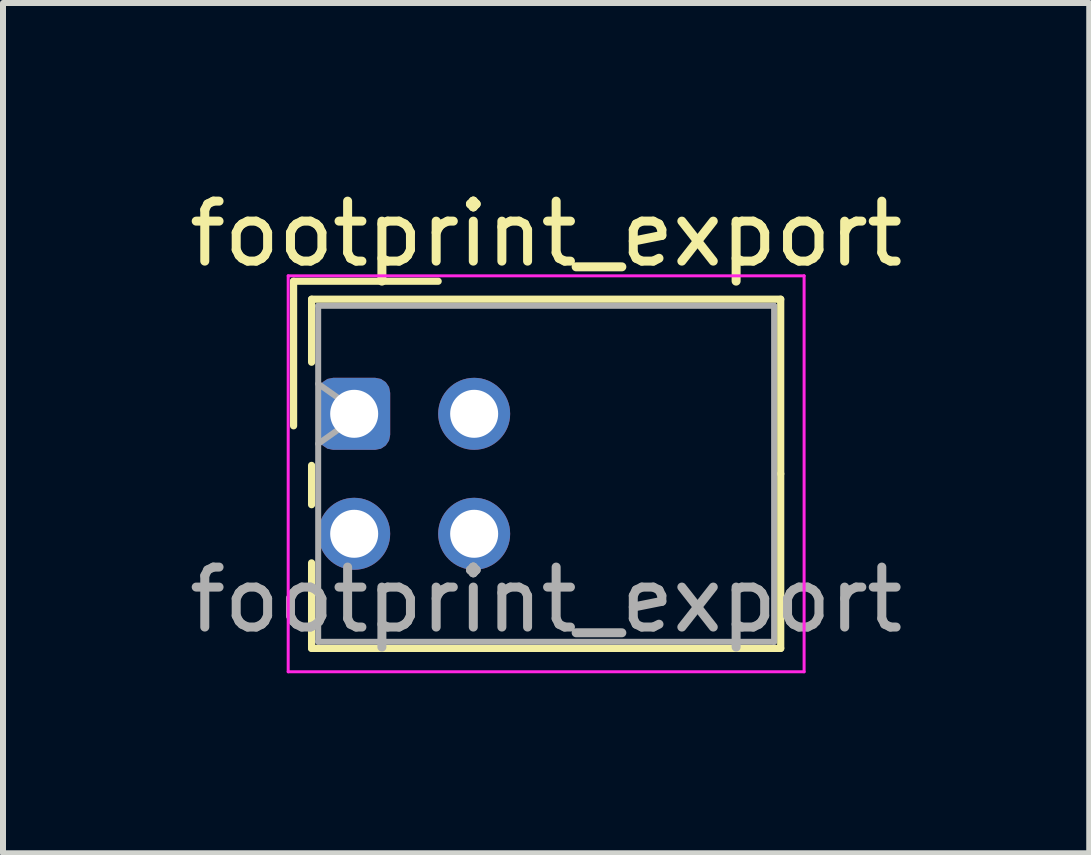
<source format=kicad_pcb>
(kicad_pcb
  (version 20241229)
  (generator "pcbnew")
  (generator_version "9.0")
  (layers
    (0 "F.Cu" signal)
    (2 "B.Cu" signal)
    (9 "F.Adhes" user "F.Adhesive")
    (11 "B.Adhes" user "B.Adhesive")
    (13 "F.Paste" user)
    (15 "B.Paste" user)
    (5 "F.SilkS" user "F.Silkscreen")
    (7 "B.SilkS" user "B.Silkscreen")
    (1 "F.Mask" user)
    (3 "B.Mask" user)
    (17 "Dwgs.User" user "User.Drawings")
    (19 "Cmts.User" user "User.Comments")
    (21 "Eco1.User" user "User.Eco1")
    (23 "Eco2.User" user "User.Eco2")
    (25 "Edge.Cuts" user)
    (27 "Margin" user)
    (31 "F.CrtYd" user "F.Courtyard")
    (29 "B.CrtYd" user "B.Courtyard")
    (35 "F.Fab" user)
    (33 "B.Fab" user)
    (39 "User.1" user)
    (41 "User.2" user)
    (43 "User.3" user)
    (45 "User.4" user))
  (footprint "footprint_export"
    (layer "F.Cu")
    (at 2.854 3.848)
    (property "Reference" "footprint_export" (at 3.2 -3 0) (layer "F.SilkS") (effects (font (size 1 1) (thickness 0.15))))
    (attr through_hole)
    (fp_line (start -1.01 -2.21) (end -1.01 0.2) (stroke (width 0.12) (type solid)) (layer "F.SilkS"))
    (fp_line (start -0.71 -1.91) (end -0.71 -0.86) (stroke (width 0.12) (type solid)) (layer "F.SilkS"))
    (fp_line (start -0.71 -1.91) (end 7.11 -1.91) (stroke (width 0.12) (type solid)) (layer "F.SilkS"))
    (fp_line (start -0.71 0.86) (end -0.71 1.515) (stroke (width 0.12) (type solid)) (layer "F.SilkS"))
    (fp_line (start -0.71 2.485) (end -0.71 3.91) (stroke (width 0.12) (type solid)) (layer "F.SilkS"))
    (fp_line (start -0.71 3.91) (end 7.11 3.91) (stroke (width 0.12) (type solid)) (layer "F.SilkS"))
    (fp_line (start 1.4 -2.21) (end -1.01 -2.21) (stroke (width 0.12) (type solid)) (layer "F.SilkS"))
    (fp_line (start 7.11 -1.91) (end 7.11 1) (stroke (width 0.12) (type solid)) (layer "F.SilkS"))
    (fp_line (start 7.11 3.91) (end 7.11 1) (stroke (width 0.12) (type solid)) (layer "F.SilkS"))
    (fp_line (start -1.1 -2.3) (end -1.1 4.3) (stroke (width 0.05) (type solid)) (layer "F.CrtYd"))
    (fp_line (start -1.1 4.3) (end 7.5 4.3) (stroke (width 0.05) (type solid)) (layer "F.CrtYd"))
    (fp_line (start 7.5 -2.3) (end -1.1 -2.3) (stroke (width 0.05) (type solid)) (layer "F.CrtYd"))
    (fp_line (start 7.5 4.3) (end 7.5 -2.3) (stroke (width 0.05) (type solid)) (layer "F.CrtYd"))
    (fp_line (start -0.6 -1.8) (end -0.6 3.8) (stroke (width 0.1) (type solid)) (layer "F.Fab"))
    (fp_line (start -0.6 0.5) (end 0.107 0) (stroke (width 0.1) (type solid)) (layer "F.Fab"))
    (fp_line (start -0.6 3.8) (end 7 3.8) (stroke (width 0.1) (type solid)) (layer "F.Fab"))
    (fp_line (start 0.107 0) (end -0.6 -0.5) (stroke (width 0.1) (type solid)) (layer "F.Fab"))
    (fp_line (start 7 -1.8) (end -0.6 -1.8) (stroke (width 0.1) (type solid)) (layer "F.Fab"))
    (fp_line (start 7 3.8) (end 7 -1.8) (stroke (width 0.1) (type solid)) (layer "F.Fab"))
    (fp_text user "${REFERENCE}" (at 3.2 3.1 0) (layer "F.Fab") (effects (font (size 1 1) (thickness 0.15))))
    (pad "a1" thru_hole roundrect (at 0 0) (size 1.2 1.2) (drill 0.8) (layers "*.Cu" "*.Mask") (roundrect_rratio 0.208))
    (pad "a2" thru_hole circle (at 0 2) (size 1.2 1.2) (drill 0.8) (layers "*.Cu" "*.Mask"))
    (pad "b1" thru_hole circle (at 2 0) (size 1.2 1.2) (drill 0.8) (layers "*.Cu" "*.Mask"))
    (pad "b2" thru_hole circle (at 2 2) (size 1.2 1.2) (drill 0.8) (layers "*.Cu" "*.Mask")))
  (gr_rect
    (start -3 -3)
    (end 15.107 11.173)
    (stroke (width 0.1) (type default))
    (fill no)
    (layer "Edge.Cuts")))
</source>
